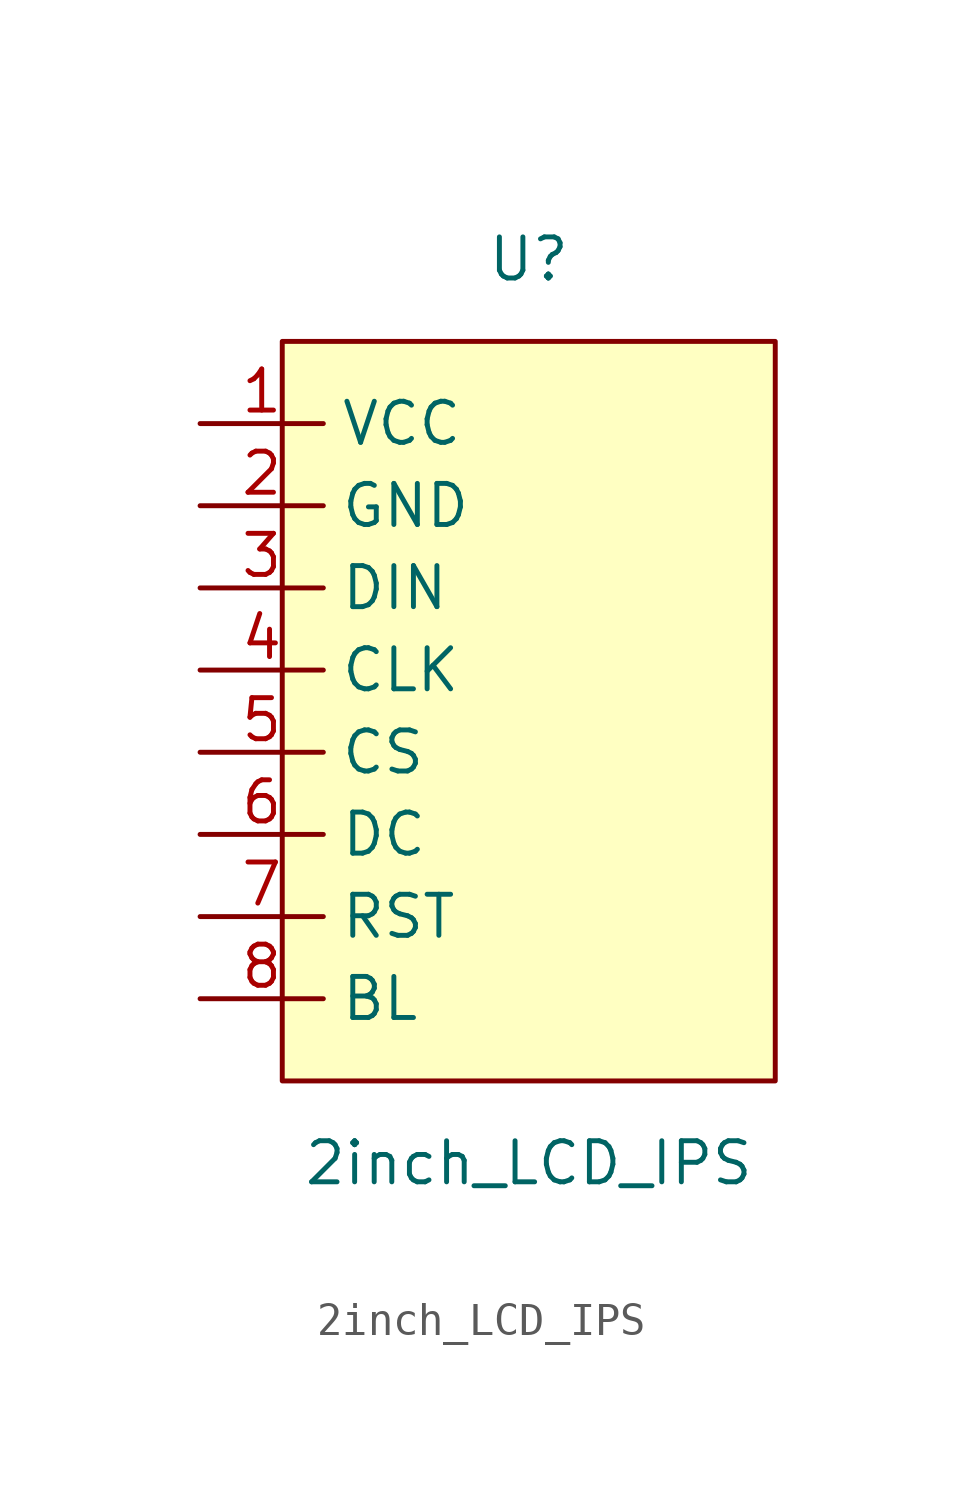
<source format=kicad_sym>
(kicad_symbol_lib
  (version 20211014)
  (generator kicad_symbol_editor)
  (symbol "2inch_LCD_IPS"
    (property "Reference" "U"
      (at 0 13.97 0)
      (effects (font (size 1.27 1.27))))
    (property "Value" "2inch_LCD_IPS"
      (at 0 -13.97 0)
      (effects (font (size 1.27 1.27))))
    (symbol "2inch_LCD_IPS_0_1"
      (rectangle (start -7.62 11.43) (end 7.62 -11.43) (stroke (width 0) (type default) (color 0 0 0 0)) (fill (type background))))
    (symbol "2inch_LCD_IPS_1_1"
      (pin passive line (at -10.16 8.89 0) (length 3.81) (name "VCC" (effects (font (size 1.27 1.27)))) (number "1" (effects (font (size 1.27 1.27)))))
      (pin passive line (at -10.16 6.35 0) (length 3.81) (name "GND" (effects (font (size 1.27 1.27)))) (number "2" (effects (font (size 1.27 1.27)))))
      (pin passive line (at -10.16 3.81 0) (length 3.81) (name "DIN" (effects (font (size 1.27 1.27)))) (number "3" (effects (font (size 1.27 1.27)))))
      (pin passive line (at -10.16 1.27 0) (length 3.81) (name "CLK" (effects (font (size 1.27 1.27)))) (number "4" (effects (font (size 1.27 1.27)))))
      (pin passive line (at -10.16 -1.27 0) (length 3.81) (name "CS" (effects (font (size 1.27 1.27)))) (number "5" (effects (font (size 1.27 1.27)))))
      (pin passive line (at -10.16 -3.81 0) (length 3.81) (name "DC" (effects (font (size 1.27 1.27)))) (number "6" (effects (font (size 1.27 1.27)))))
      (pin passive line (at -10.16 -6.35 0) (length 3.81) (name "RST" (effects (font (size 1.27 1.27)))) (number "7" (effects (font (size 1.27 1.27)))))
      (pin passive line (at -10.16 -8.89 0) (length 3.81) (name "BL" (effects (font (size 1.27 1.27)))) (number "8" (effects (font (size 1.27 1.27))))))))
</source>
